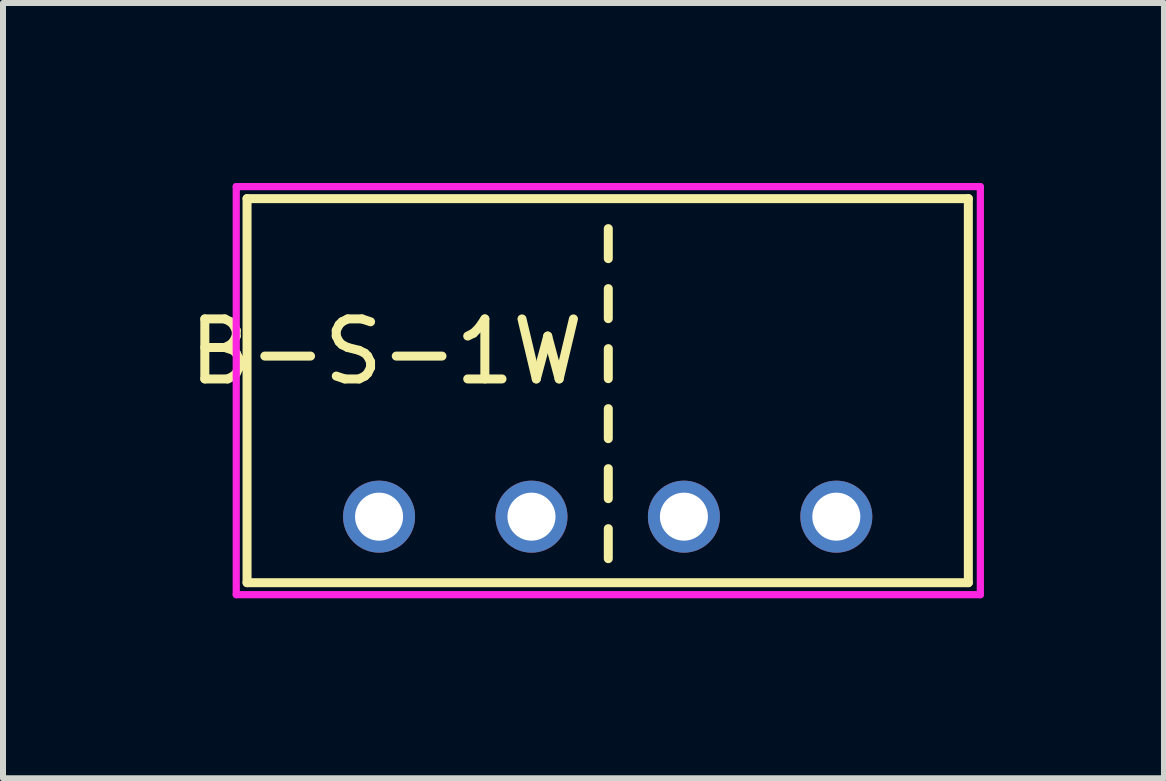
<source format=kicad_pcb>
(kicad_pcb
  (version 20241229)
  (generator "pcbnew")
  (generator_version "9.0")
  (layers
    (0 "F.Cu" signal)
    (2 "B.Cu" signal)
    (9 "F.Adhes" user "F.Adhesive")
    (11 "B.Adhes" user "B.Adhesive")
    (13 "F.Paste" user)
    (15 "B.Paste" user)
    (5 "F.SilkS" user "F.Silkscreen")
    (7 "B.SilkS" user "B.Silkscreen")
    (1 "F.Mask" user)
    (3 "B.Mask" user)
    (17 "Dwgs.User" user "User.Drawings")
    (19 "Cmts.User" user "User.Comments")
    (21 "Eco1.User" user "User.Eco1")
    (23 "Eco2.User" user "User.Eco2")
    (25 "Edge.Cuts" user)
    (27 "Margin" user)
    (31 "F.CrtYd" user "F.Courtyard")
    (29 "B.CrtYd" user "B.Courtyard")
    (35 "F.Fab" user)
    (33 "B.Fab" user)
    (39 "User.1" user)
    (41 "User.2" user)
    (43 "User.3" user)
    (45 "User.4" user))
  (footprint "B-S-1W"
    (layer "F.Cu")
    (at 3.267 5.56)
    (property "Reference" "B-S-1W" (at 0.12 -2.75 180) (layer "F.SilkS") (effects (font (size 1 1) (thickness 0.15))))
    (attr through_hole)
    (fp_line (start -2.2 1.1) (end -2.2 -5.3) (stroke (width 0.15) (type solid)) (layer "F.SilkS"))
    (fp_line (start 3.82 -4.3) (end 3.82 -4.8) (stroke (width 0.15) (type solid)) (layer "F.SilkS"))
    (fp_line (start 3.82 -3.3) (end 3.82 -3.8) (stroke (width 0.15) (type solid)) (layer "F.SilkS"))
    (fp_line (start 3.82 -2.3) (end 3.82 -2.8) (stroke (width 0.15) (type solid)) (layer "F.SilkS"))
    (fp_line (start 3.82 -1.3) (end 3.82 -1.8) (stroke (width 0.15) (type solid)) (layer "F.SilkS"))
    (fp_line (start 3.82 -0.3) (end 3.82 -0.8) (stroke (width 0.15) (type solid)) (layer "F.SilkS"))
    (fp_line (start 3.82 0.7) (end 3.82 0.2) (stroke (width 0.15) (type solid)) (layer "F.SilkS"))
    (fp_line (start 9.82 -5.3) (end -2.2 -5.3) (stroke (width 0.15) (type solid)) (layer "F.SilkS"))
    (fp_line (start 9.82 1.1) (end -2.2 1.1) (stroke (width 0.15) (type solid)) (layer "F.SilkS"))
    (fp_line (start 9.82 1.1) (end 9.82 -5.3) (stroke (width 0.15) (type solid)) (layer "F.SilkS"))
    (fp_line (start -2.38 -5.5) (end -2.38 1.3) (stroke (width 0.12) (type solid)) (layer "F.CrtYd"))
    (fp_line (start -2.38 1.3) (end 10.02 1.3) (stroke (width 0.12) (type solid)) (layer "F.CrtYd"))
    (fp_line (start 10.02 -5.5) (end -2.38 -5.5) (stroke (width 0.12) (type solid)) (layer "F.CrtYd"))
    (fp_line (start 10.02 1.3) (end 10.02 -5.5) (stroke (width 0.12) (type solid)) (layer "F.CrtYd"))
    (pad "1" thru_hole circle (at 0 0 180) (size 1.2 1.2) (drill 0.8) (layers "*.Cu" "*.Mask"))
    (pad "2" thru_hole circle (at 2.54 0 180) (size 1.2 1.2) (drill 0.8) (layers "*.Cu" "*.Mask"))
    (pad "3" thru_hole circle (at 5.08 0 180) (size 1.2 1.2) (drill 0.8) (layers "*.Cu" "*.Mask"))
    (pad "4" thru_hole circle (at 7.62 0 180) (size 1.2 1.2) (drill 0.8) (layers "*.Cu" "*.Mask")))
  (gr_rect
    (start -3 -3)
    (end 16.347 9.92)
    (stroke (width 0.1) (type default))
    (fill no)
    (layer "Edge.Cuts")))
</source>
